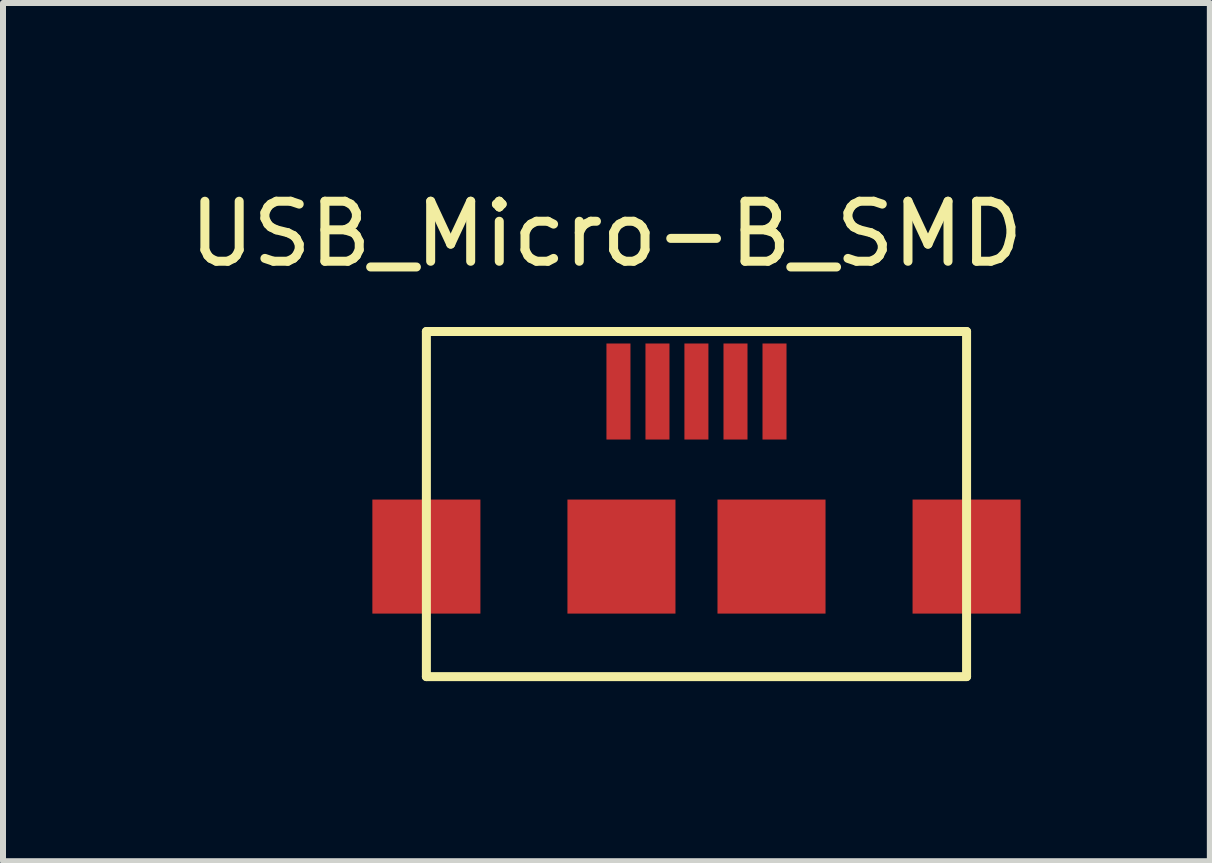
<source format=kicad_pcb>
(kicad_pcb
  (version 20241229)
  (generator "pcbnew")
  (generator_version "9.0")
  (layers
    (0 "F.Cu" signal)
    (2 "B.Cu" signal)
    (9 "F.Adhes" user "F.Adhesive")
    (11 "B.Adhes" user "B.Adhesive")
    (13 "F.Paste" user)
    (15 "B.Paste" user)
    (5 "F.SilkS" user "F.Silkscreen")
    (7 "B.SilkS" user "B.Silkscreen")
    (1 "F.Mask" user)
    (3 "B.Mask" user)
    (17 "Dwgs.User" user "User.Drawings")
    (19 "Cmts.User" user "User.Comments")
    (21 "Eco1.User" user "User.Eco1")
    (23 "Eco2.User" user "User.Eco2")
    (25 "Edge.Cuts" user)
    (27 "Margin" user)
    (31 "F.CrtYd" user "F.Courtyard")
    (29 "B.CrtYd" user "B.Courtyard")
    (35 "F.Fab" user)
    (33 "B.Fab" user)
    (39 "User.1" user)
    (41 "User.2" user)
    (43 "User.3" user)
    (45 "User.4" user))
  (footprint "USB_Micro-B_SMD"
    (layer "F.Cu")
    (at 8.554 5.473)
    (property "Reference" "USB_Micro-B_SMD" (at -1.5 -4.625 0) (layer "F.SilkS") (effects (font (size 1 1) (thickness 0.15))))
    (attr smd)
    (fp_line (start -4.5 -3) (end -4.5 2.75) (stroke (width 0.15) (type solid)) (layer "F.SilkS"))
    (fp_line (start -4.5 -3) (end 4.5 -3) (stroke (width 0.15) (type solid)) (layer "F.SilkS"))
    (fp_line (start 4.5 -3) (end 4.5 2.75) (stroke (width 0.15) (type solid)) (layer "F.SilkS"))
    (fp_line (start 4.5 2.75) (end -4.5 2.75) (stroke (width 0.15) (type solid)) (layer "F.SilkS"))
    (pad "1" smd rect (at -1.3 -2 90) (size 1.6 0.4) (layers "F.Cu" "F.Mask" "F.Paste"))
    (pad "2" smd rect (at -0.65 -2 90) (size 1.6 0.4) (layers "F.Cu" "F.Mask" "F.Paste"))
    (pad "3" smd rect (at -0.001 -2 90) (size 1.6 0.4) (layers "F.Cu" "F.Mask" "F.Paste"))
    (pad "4" smd rect (at 0.65 -2 90) (size 1.6 0.4) (layers "F.Cu" "F.Mask" "F.Paste"))
    (pad "5" smd rect (at 1.3 -2 90) (size 1.6 0.4) (layers "F.Cu" "F.Mask" "F.Paste"))
    (pad "6" smd rect (at -4.5 0.75 90) (size 1.9 1.8) (layers "F.Cu" "F.Mask" "F.Paste"))
    (pad "6" smd rect (at -1.25 0.75 90) (size 1.9 1.8) (layers "F.Cu" "F.Mask" "F.Paste"))
    (pad "6" smd rect (at 1.25 0.75 90) (size 1.9 1.8) (layers "F.Cu" "F.Mask" "F.Paste"))
    (pad "6" smd rect (at 4.5 0.75 90) (size 1.9 1.8) (layers "F.Cu" "F.Mask" "F.Paste")))
  (gr_rect
    (start -3 -3)
    (end 17.107 11.298)
    (stroke (width 0.1) (type default))
    (fill no)
    (layer "Edge.Cuts")))
</source>
